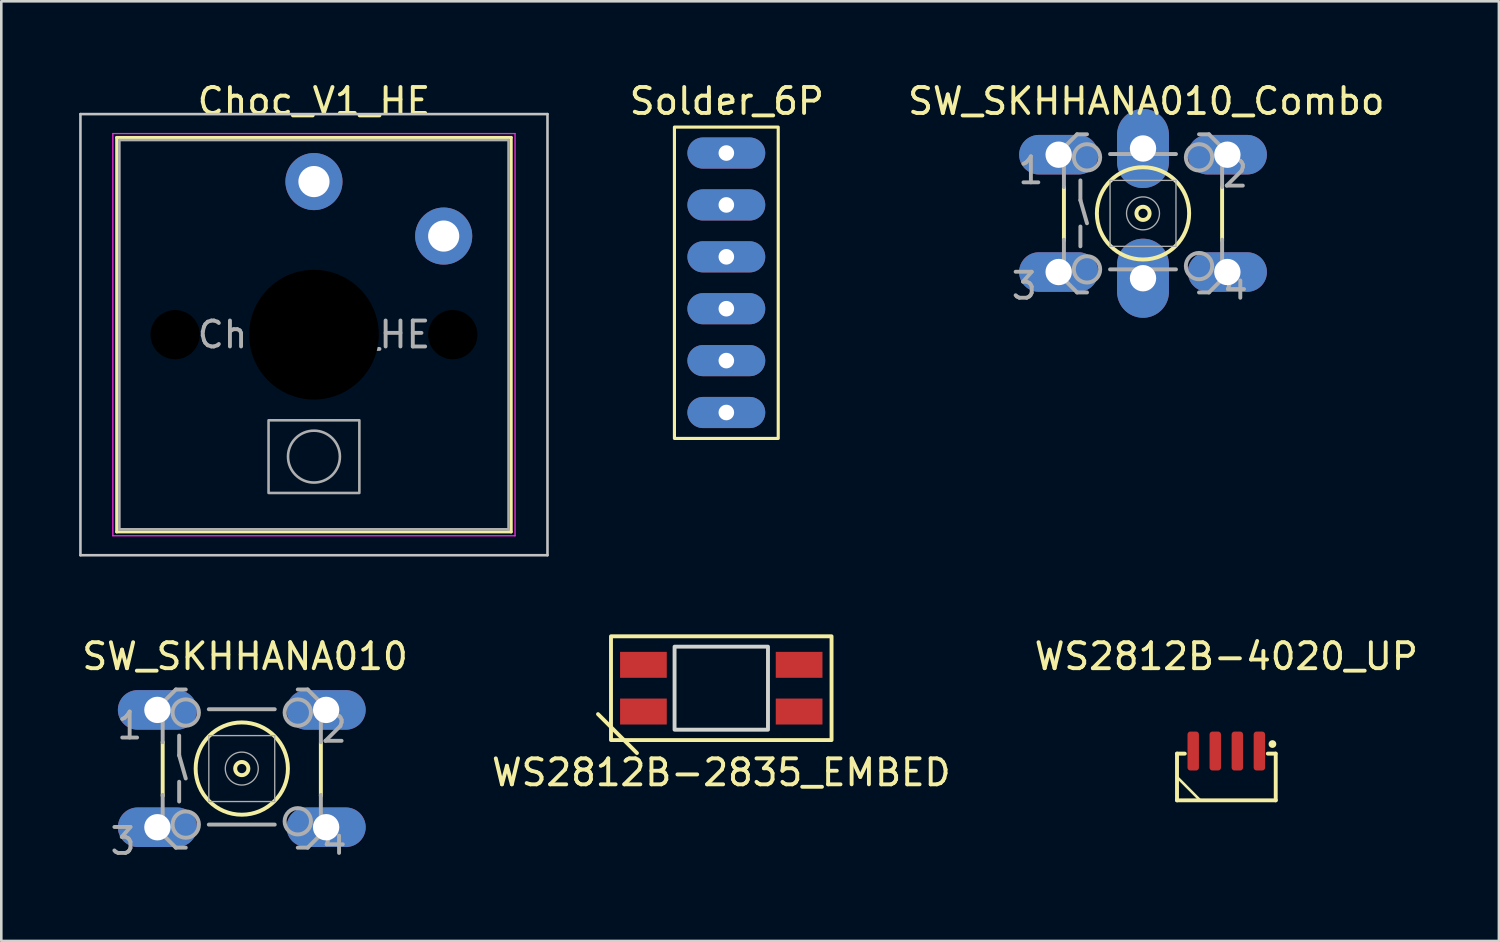
<source format=kicad_pcb>
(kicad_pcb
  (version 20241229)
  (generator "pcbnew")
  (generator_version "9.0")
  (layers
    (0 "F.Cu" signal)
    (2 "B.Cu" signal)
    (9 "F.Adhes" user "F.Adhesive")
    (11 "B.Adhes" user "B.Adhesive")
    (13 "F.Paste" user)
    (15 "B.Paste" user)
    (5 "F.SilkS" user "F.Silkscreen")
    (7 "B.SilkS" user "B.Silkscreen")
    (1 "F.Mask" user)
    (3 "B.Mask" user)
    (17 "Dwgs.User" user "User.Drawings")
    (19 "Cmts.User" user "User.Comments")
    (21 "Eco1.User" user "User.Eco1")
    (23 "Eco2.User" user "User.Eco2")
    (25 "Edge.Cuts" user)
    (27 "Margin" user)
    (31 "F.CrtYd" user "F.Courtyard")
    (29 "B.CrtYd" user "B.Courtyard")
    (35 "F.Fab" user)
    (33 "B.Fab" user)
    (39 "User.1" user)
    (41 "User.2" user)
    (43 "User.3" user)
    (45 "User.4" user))
  (footprint "Choc_V1_HE"
    (layer "F.Cu")
    (at 9.05 9.848)
    (property "Reference" "Choc_V1_HE" (at 0 -9 0) (layer "F.SilkS") (effects (font (size 1 1) (thickness 0.15))))
    (attr through_hole)
    (fp_line (start -7.6 -7.6) (end -7.6 7.6) (stroke (width 0.12) (type solid)) (layer "F.SilkS"))
    (fp_line (start -7.6 7.6) (end 7.6 7.6) (stroke (width 0.12) (type solid)) (layer "F.SilkS"))
    (fp_line (start 7.6 -7.6) (end -7.6 -7.6) (stroke (width 0.12) (type solid)) (layer "F.SilkS"))
    (fp_line (start 7.6 7.6) (end 7.6 -7.6) (stroke (width 0.12) (type solid)) (layer "F.SilkS"))
    (fp_line (start -9 -8.5) (end -9 8.5) (stroke (width 0.1) (type solid)) (layer "Dwgs.User"))
    (fp_line (start -9 8.5) (end 9 8.5) (stroke (width 0.1) (type solid)) (layer "Dwgs.User"))
    (fp_line (start 9 -8.5) (end -9 -8.5) (stroke (width 0.1) (type solid)) (layer "Dwgs.User"))
    (fp_line (start 9 8.5) (end 9 -8.5) (stroke (width 0.1) (type solid)) (layer "Dwgs.User"))
    (fp_line (start -7.25 -7.25) (end -7.25 7.25) (stroke (width 0.1) (type solid)) (layer "Eco1.User"))
    (fp_line (start -7.25 7.25) (end 7.25 7.25) (stroke (width 0.1) (type solid)) (layer "Eco1.User"))
    (fp_line (start 7.25 -7.25) (end -7.25 -7.25) (stroke (width 0.1) (type solid)) (layer "Eco1.User"))
    (fp_line (start 7.25 7.25) (end 7.25 -7.25) (stroke (width 0.1) (type solid)) (layer "Eco1.User"))
    (fp_line (start -7.75 -7.75) (end -7.75 7.75) (stroke (width 0.05) (type solid)) (layer "F.CrtYd"))
    (fp_line (start -7.75 7.75) (end 7.75 7.75) (stroke (width 0.05) (type solid)) (layer "F.CrtYd"))
    (fp_line (start 7.75 -7.75) (end -7.75 -7.75) (stroke (width 0.05) (type solid)) (layer "F.CrtYd"))
    (fp_line (start 7.75 7.75) (end 7.75 -7.75) (stroke (width 0.05) (type solid)) (layer "F.CrtYd"))
    (fp_line (start -7.5 -7.5) (end -7.5 7.5) (stroke (width 0.1) (type solid)) (layer "F.Fab"))
    (fp_line (start -7.5 7.5) (end 7.5 7.5) (stroke (width 0.1) (type solid)) (layer "F.Fab"))
    (fp_line (start 7.5 -7.5) (end -7.5 -7.5) (stroke (width 0.1) (type solid)) (layer "F.Fab"))
    (fp_line (start 7.5 7.5) (end 7.5 -7.5) (stroke (width 0.1) (type solid)) (layer "F.Fab"))
    (fp_rect (start -1.75 3.3) (end 1.75 6.1) (stroke (width 0.1) (type solid)) (fill no) (layer "F.Fab"))
    (fp_circle (center 0 4.7) (end 1 4.7) (stroke (width 0.1) (type solid)) (fill no) (layer "F.Fab"))
    (fp_text user "${REFERENCE}" (at 0 0 0) (layer "F.Fab") (effects (font (size 1 1) (thickness 0.15))))
    (pad "" np_thru_hole circle (at -5.35 0) (size 1.9 1.9) (drill oval 2.2 1.9) (layers "*.Mask"))
    (pad "" smd circle (at 0 -5.9) (size 1.25 1.25) (layers "F.Mask"))
    (pad "" np_thru_hole circle (at 0 0) (size 5 5) (drill 5) (layers "*.Mask"))
    (pad "" smd circle (at 5 -3.8) (size 1.25 1.25) (layers "F.Mask"))
    (pad "" np_thru_hole circle (at 5.35 0) (size 1.9 1.9) (drill oval 2.2 1.9) (layers "*.Mask"))
    (pad "1" thru_hole circle (at 0 -5.9) (size 2.2 2.2) (drill 1.2) (layers "*.Cu" "B.Mask"))
    (pad "2" thru_hole circle (at 5 -3.8) (size 2.2 2.2) (drill 1.2) (layers "*.Cu" "B.Mask")))
  (footprint "WS2812B-2835_EMBED"
    (layer "F.Cu")
    (at 24.748 23.473)
    (property "Reference" "WS2812B-2835_EMBED" (at 0 3.25 0) (layer "F.SilkS") (effects (font (size 1 1) (thickness 0.15))))
    (attr smd)
    (fp_line (start -4.75 1) (end -3.25 2.5) (stroke (width 0.15) (type solid)) (layer "F.SilkS"))
    (fp_rect (start -4.25 -2) (end 4.25 2) (stroke (width 0.15) (type default)) (fill no) (layer "F.SilkS"))
    (fp_rect (start -1.8 -1.6) (end 1.8 1.6) (stroke (width 0.15) (type solid)) (fill no) (layer "Edge.Cuts"))
    (pad "G" smd rect (at -3 0.9) (size 1.8 1) (layers "F.Cu" "F.Mask" "F.Paste"))
    (pad "I" smd rect (at -3 -0.9) (size 1.8 1) (layers "F.Cu" "F.Mask" "F.Paste"))
    (pad "O" smd rect (at 3 0.9) (size 1.8 1) (layers "F.Cu" "F.Mask" "F.Paste"))
    (pad "V" smd rect (at 3 -0.9) (size 1.8 1) (layers "F.Cu" "F.Mask" "F.Paste")))
  (footprint "SW_SKHHANA010"
    (layer "F.Cu")
    (at 6.268 26.571)
    (property "Reference" "SW_SKHHANA010" (at 0.127 -4.324 0) (layer "F.SilkS") (effects (font (size 1.001 1.001) (thickness 0.15))))
    (attr through_hole)
    (fp_line (start -3.048 1.05) (end -3.048 -1.016) (stroke (width 0.152) (type solid)) (layer "F.SilkS"))
    (fp_line (start 3.048 1.05) (end 3.048 -1) (stroke (width 0.152) (type solid)) (layer "F.SilkS"))
    (fp_circle (center 0 0) (end 0.254 0) (stroke (width 0.152) (type solid)) (fill no) (layer "F.SilkS"))
    (fp_circle (center 0 0) (end 1.778 0) (stroke (width 0.152) (type solid)) (fill no) (layer "F.SilkS"))
    (fp_line (start -3.048 -2.54) (end -3.048 -1.016) (stroke (width 0.152) (type solid)) (layer "F.Fab"))
    (fp_line (start -3.048 2.54) (end -3.048 1.016) (stroke (width 0.152) (type solid)) (layer "F.Fab"))
    (fp_line (start -2.54 -3.048) (end -3.048 -2.54) (stroke (width 0.152) (type solid)) (layer "F.Fab"))
    (fp_line (start -2.54 -3.048) (end -2.159 -3.048) (stroke (width 0.152) (type solid)) (layer "F.Fab"))
    (fp_line (start -2.54 3.048) (end -3.048 2.54) (stroke (width 0.152) (type solid)) (layer "F.Fab"))
    (fp_line (start -2.54 3.048) (end -2.159 3.048) (stroke (width 0.152) (type solid)) (layer "F.Fab"))
    (fp_line (start -2.413 -1.27) (end -2.413 -0.508) (stroke (width 0.152) (type solid)) (layer "F.Fab"))
    (fp_line (start -2.413 -0.508) (end -2.159 0.381) (stroke (width 0.152) (type solid)) (layer "F.Fab"))
    (fp_line (start -2.413 0.508) (end -2.413 1.27) (stroke (width 0.152) (type solid)) (layer "F.Fab"))
    (fp_line (start -1.27 -1.27) (end -1.27 1.27) (stroke (width 0.051) (type solid)) (layer "F.Fab"))
    (fp_line (start -1.27 -1.27) (end 1.27 -1.27) (stroke (width 0.051) (type solid)) (layer "F.Fab"))
    (fp_line (start -1.27 2.159) (end 1.27 2.159) (stroke (width 0.152) (type solid)) (layer "F.Fab"))
    (fp_line (start 1.27 -2.286) (end -1.27 -2.286) (stroke (width 0.152) (type solid)) (layer "F.Fab"))
    (fp_line (start 1.27 1.27) (end -1.27 1.27) (stroke (width 0.051) (type solid)) (layer "F.Fab"))
    (fp_line (start 1.27 1.27) (end 1.27 -1.27) (stroke (width 0.051) (type solid)) (layer "F.Fab"))
    (fp_line (start 2.54 -3.048) (end 2.159 -3.048) (stroke (width 0.152) (type solid)) (layer "F.Fab"))
    (fp_line (start 2.54 3.048) (end 2.159 3.048) (stroke (width 0.152) (type solid)) (layer "F.Fab"))
    (fp_line (start 2.54 3.048) (end 3.048 2.54) (stroke (width 0.152) (type solid)) (layer "F.Fab"))
    (fp_line (start 3.048 -2.54) (end 2.54 -3.048) (stroke (width 0.152) (type solid)) (layer "F.Fab"))
    (fp_line (start 3.048 -1.016) (end 3.048 -2.54) (stroke (width 0.152) (type solid)) (layer "F.Fab"))
    (fp_line (start 3.048 2.54) (end 3.048 1.016) (stroke (width 0.152) (type solid)) (layer "F.Fab"))
    (fp_circle (center -2.159 -2.159) (end -1.651 -2.159) (stroke (width 0.152) (type solid)) (fill no) (layer "F.Fab"))
    (fp_circle (center -2.159 2.159) (end -1.651 2.159) (stroke (width 0.152) (type solid)) (fill no) (layer "F.Fab"))
    (fp_circle (center 0 0) (end 0.635 0) (stroke (width 0.051) (type solid)) (fill no) (layer "F.Fab"))
    (fp_circle (center 2.159 -2.159) (end 2.667 -2.159) (stroke (width 0.152) (type solid)) (fill no) (layer "F.Fab"))
    (fp_circle (center 2.159 2.032) (end 2.667 2.032) (stroke (width 0.152) (type solid)) (fill no) (layer "F.Fab"))
    (fp_text user "3" (at -4.576 2.796 0) (layer "F.Fab") (effects (font (size 1.001 1.001) (thickness 0.15))))
    (fp_text user "4" (at 3.559 2.797 0) (layer "F.Fab") (effects (font (size 1.001 1.001) (thickness 0.15))))
    (fp_text user "2" (at 3.561 -1.526 0) (layer "F.Fab") (effects (font (size 1.002 1.002) (thickness 0.15))))
    (fp_text user "1" (at -4.321 -1.652 0) (layer "F.Fab") (effects (font (size 1.001 1.001) (thickness 0.15))))
    (pad "1" thru_hole oval (at -3.251 -2.261) (size 3.048 1.524) (drill 1.016) (layers "*.Cu" "*.Mask"))
    (pad "1" thru_hole oval (at 3.251 -2.261) (size 3.048 1.524) (drill 1.016) (layers "*.Cu" "*.Mask"))
    (pad "2" thru_hole oval (at -3.251 2.261) (size 3.048 1.524) (drill 1.016) (layers "*.Cu" "*.Mask"))
    (pad "2" thru_hole oval (at 3.251 2.261) (size 3.048 1.524) (drill 1.016) (layers "*.Cu" "*.Mask")))
  (footprint "WS2812B-4020_UP"
    (layer "F.Cu")
    (at 44.212 26.895)
    (property "Reference" "WS2812B-4020_UP" (at 0 -4.648 0) (unlocked yes) (layer "F.SilkS") (effects (font (size 1 1) (thickness 0.15))))
    (attr smd)
    (fp_line (start -1.9 -0.9) (end -1.9 0.9) (stroke (width 0.15) (type solid)) (layer "F.SilkS"))
    (fp_line (start -1.9 -0.9) (end -1.6 -0.9) (stroke (width 0.15) (type solid)) (layer "F.SilkS"))
    (fp_line (start -1.9 0) (end -1.016 0.89) (stroke (width 0.1) (type default)) (layer "F.SilkS"))
    (fp_line (start 1.9 -0.9) (end 1.6 -0.9) (stroke (width 0.15) (type solid)) (layer "F.SilkS"))
    (fp_line (start 1.905 0.9) (end -1.9 0.9) (stroke (width 0.15) (type solid)) (layer "F.SilkS"))
    (fp_line (start 1.905 0.9) (end 1.905 -0.9) (stroke (width 0.15) (type solid)) (layer "F.SilkS"))
    (fp_circle (center 1.778 -1.269) (end 1.853 -1.269) (stroke (width 0.15) (type solid)) (fill no) (layer "F.SilkS"))
    (pad "G" smd roundrect (at -1.275 -1) (size 0.44 1.5) (layers "F.Cu" "F.Mask" "F.Paste") (roundrect_rratio 0.25))
    (pad "I" smd roundrect (at 1.275 -1) (size 0.44 1.5) (layers "F.Cu" "F.Mask" "F.Paste") (roundrect_rratio 0.25))
    (pad "O" smd roundrect (at -0.425 -1) (size 0.44 1.5) (layers "F.Cu" "F.Mask" "F.Paste") (roundrect_rratio 0.25))
    (pad "V" smd roundrect (at 0.425 -1) (size 0.44 1.5) (layers "F.Cu" "F.Mask" "F.Paste") (roundrect_rratio 0.25)))
  (footprint "Solder_6P"
    (layer "F.Cu")
    (at 24.943 7.848)
    (property "Reference" "Solder_6P" (at 0.02 -7 0) (layer "F.SilkS") (effects (font (size 1 1) (thickness 0.15))))
    (attr through_hole)
    (fp_rect (start -2 -6) (end 2 6) (stroke (width 0.12) (type solid)) (fill no) (layer "F.SilkS"))
    (pad "1" thru_hole oval (at 0 -5) (size 3 1.2) (drill 0.6) (layers "*.Cu" "F.Mask" "F.Paste"))
    (pad "2" thru_hole oval (at 0 -3) (size 3 1.2) (drill 0.6) (layers "*.Cu" "F.Mask" "F.Paste"))
    (pad "3" thru_hole oval (at 0 -1) (size 3 1.2) (drill 0.6) (layers "*.Cu" "F.Mask" "F.Paste"))
    (pad "4" thru_hole oval (at 0 1) (size 3 1.2) (drill 0.6) (layers "*.Cu" "F.Mask" "F.Paste"))
    (pad "5" thru_hole oval (at 0 3) (size 3 1.2) (drill 0.6) (layers "*.Cu" "F.Mask" "F.Paste"))
    (pad "6" thru_hole oval (at 0 5) (size 3 1.2) (drill 0.6) (layers "*.Cu" "F.Mask" "F.Paste")))
  (footprint "SW_SKHHANA010_Combo"
    (layer "F.Cu")
    (at 41.002 5.173)
    (property "Reference" "SW_SKHHANA010_Combo" (at 0.127 -4.324 0) (layer "F.SilkS") (effects (font (size 1.001 1.001) (thickness 0.15))))
    (attr through_hole)
    (fp_line (start -3.048 1.05) (end -3.048 -1.016) (stroke (width 0.152) (type solid)) (layer "F.SilkS"))
    (fp_line (start 3.048 1.05) (end 3.048 -1) (stroke (width 0.152) (type solid)) (layer "F.SilkS"))
    (fp_circle (center 0 0) (end 0.254 0) (stroke (width 0.152) (type solid)) (fill no) (layer "F.SilkS"))
    (fp_circle (center 0 0) (end 1.778 0) (stroke (width 0.152) (type solid)) (fill no) (layer "F.SilkS"))
    (fp_line (start -3.048 -2.54) (end -3.048 -1.016) (stroke (width 0.152) (type solid)) (layer "F.Fab"))
    (fp_line (start -3.048 2.54) (end -3.048 1.016) (stroke (width 0.152) (type solid)) (layer "F.Fab"))
    (fp_line (start -2.54 -3.048) (end -3.048 -2.54) (stroke (width 0.152) (type solid)) (layer "F.Fab"))
    (fp_line (start -2.54 -3.048) (end -2.159 -3.048) (stroke (width 0.152) (type solid)) (layer "F.Fab"))
    (fp_line (start -2.54 3.048) (end -3.048 2.54) (stroke (width 0.152) (type solid)) (layer "F.Fab"))
    (fp_line (start -2.54 3.048) (end -2.159 3.048) (stroke (width 0.152) (type solid)) (layer "F.Fab"))
    (fp_line (start -2.413 -1.27) (end -2.413 -0.508) (stroke (width 0.152) (type solid)) (layer "F.Fab"))
    (fp_line (start -2.413 -0.508) (end -2.159 0.381) (stroke (width 0.152) (type solid)) (layer "F.Fab"))
    (fp_line (start -2.413 0.508) (end -2.413 1.27) (stroke (width 0.152) (type solid)) (layer "F.Fab"))
    (fp_line (start -1.27 -1.27) (end -1.27 1.27) (stroke (width 0.051) (type solid)) (layer "F.Fab"))
    (fp_line (start -1.27 -1.27) (end 1.27 -1.27) (stroke (width 0.051) (type solid)) (layer "F.Fab"))
    (fp_line (start -1.27 2.159) (end 1.27 2.159) (stroke (width 0.152) (type solid)) (layer "F.Fab"))
    (fp_line (start 1.27 -2.286) (end -1.27 -2.286) (stroke (width 0.152) (type solid)) (layer "F.Fab"))
    (fp_line (start 1.27 1.27) (end -1.27 1.27) (stroke (width 0.051) (type solid)) (layer "F.Fab"))
    (fp_line (start 1.27 1.27) (end 1.27 -1.27) (stroke (width 0.051) (type solid)) (layer "F.Fab"))
    (fp_line (start 2.54 -3.048) (end 2.159 -3.048) (stroke (width 0.152) (type solid)) (layer "F.Fab"))
    (fp_line (start 2.54 3.048) (end 2.159 3.048) (stroke (width 0.152) (type solid)) (layer "F.Fab"))
    (fp_line (start 2.54 3.048) (end 3.048 2.54) (stroke (width 0.152) (type solid)) (layer "F.Fab"))
    (fp_line (start 3.048 -2.54) (end 2.54 -3.048) (stroke (width 0.152) (type solid)) (layer "F.Fab"))
    (fp_line (start 3.048 -1.016) (end 3.048 -2.54) (stroke (width 0.152) (type solid)) (layer "F.Fab"))
    (fp_line (start 3.048 2.54) (end 3.048 1.016) (stroke (width 0.152) (type solid)) (layer "F.Fab"))
    (fp_circle (center -2.159 -2.159) (end -1.651 -2.159) (stroke (width 0.152) (type solid)) (fill no) (layer "F.Fab"))
    (fp_circle (center -2.159 2.159) (end -1.651 2.159) (stroke (width 0.152) (type solid)) (fill no) (layer "F.Fab"))
    (fp_circle (center 0 0) (end 0.635 0) (stroke (width 0.051) (type solid)) (fill no) (layer "F.Fab"))
    (fp_circle (center 2.159 -2.159) (end 2.667 -2.159) (stroke (width 0.152) (type solid)) (fill no) (layer "F.Fab"))
    (fp_circle (center 2.159 2.032) (end 2.667 2.032) (stroke (width 0.152) (type solid)) (fill no) (layer "F.Fab"))
    (fp_text user "4" (at 3.559 2.797 0) (layer "F.Fab") (effects (font (size 1.001 1.001) (thickness 0.15))))
    (fp_text user "2" (at 3.561 -1.526 0) (layer "F.Fab") (effects (font (size 1.002 1.002) (thickness 0.15))))
    (fp_text user "3" (at -4.576 2.796 0) (layer "F.Fab") (effects (font (size 1.001 1.001) (thickness 0.15))))
    (fp_text user "1" (at -4.321 -1.652 0) (layer "F.Fab") (effects (font (size 1.001 1.001) (thickness 0.15))))
    (pad "1" thru_hole oval (at -3.251 -2.261) (size 3.048 1.524) (drill 1.016) (layers "*.Cu" "*.Mask"))
    (pad "1" thru_hole oval (at 0 -2.5 90) (size 3.048 2) (drill 1.016) (layers "*.Cu" "*.Mask"))
    (pad "1" thru_hole oval (at 3.251 -2.261) (size 3.048 1.524) (drill 1.016) (layers "*.Cu" "*.Mask"))
    (pad "2" thru_hole oval (at -3.251 2.261) (size 3.048 1.524) (drill 1.016) (layers "*.Cu" "*.Mask"))
    (pad "2" thru_hole oval (at 0 2.5 90) (size 3.048 2) (drill 1.016) (layers "*.Cu" "*.Mask"))
    (pad "2" thru_hole oval (at 3.251 2.261) (size 3.048 1.524) (drill 1.016) (layers "*.Cu" "*.Mask")))
  (gr_rect
    (start -3 -3)
    (end 54.718 33.216)
    (stroke (width 0.1) (type default))
    (fill no)
    (layer "Edge.Cuts")))
</source>
